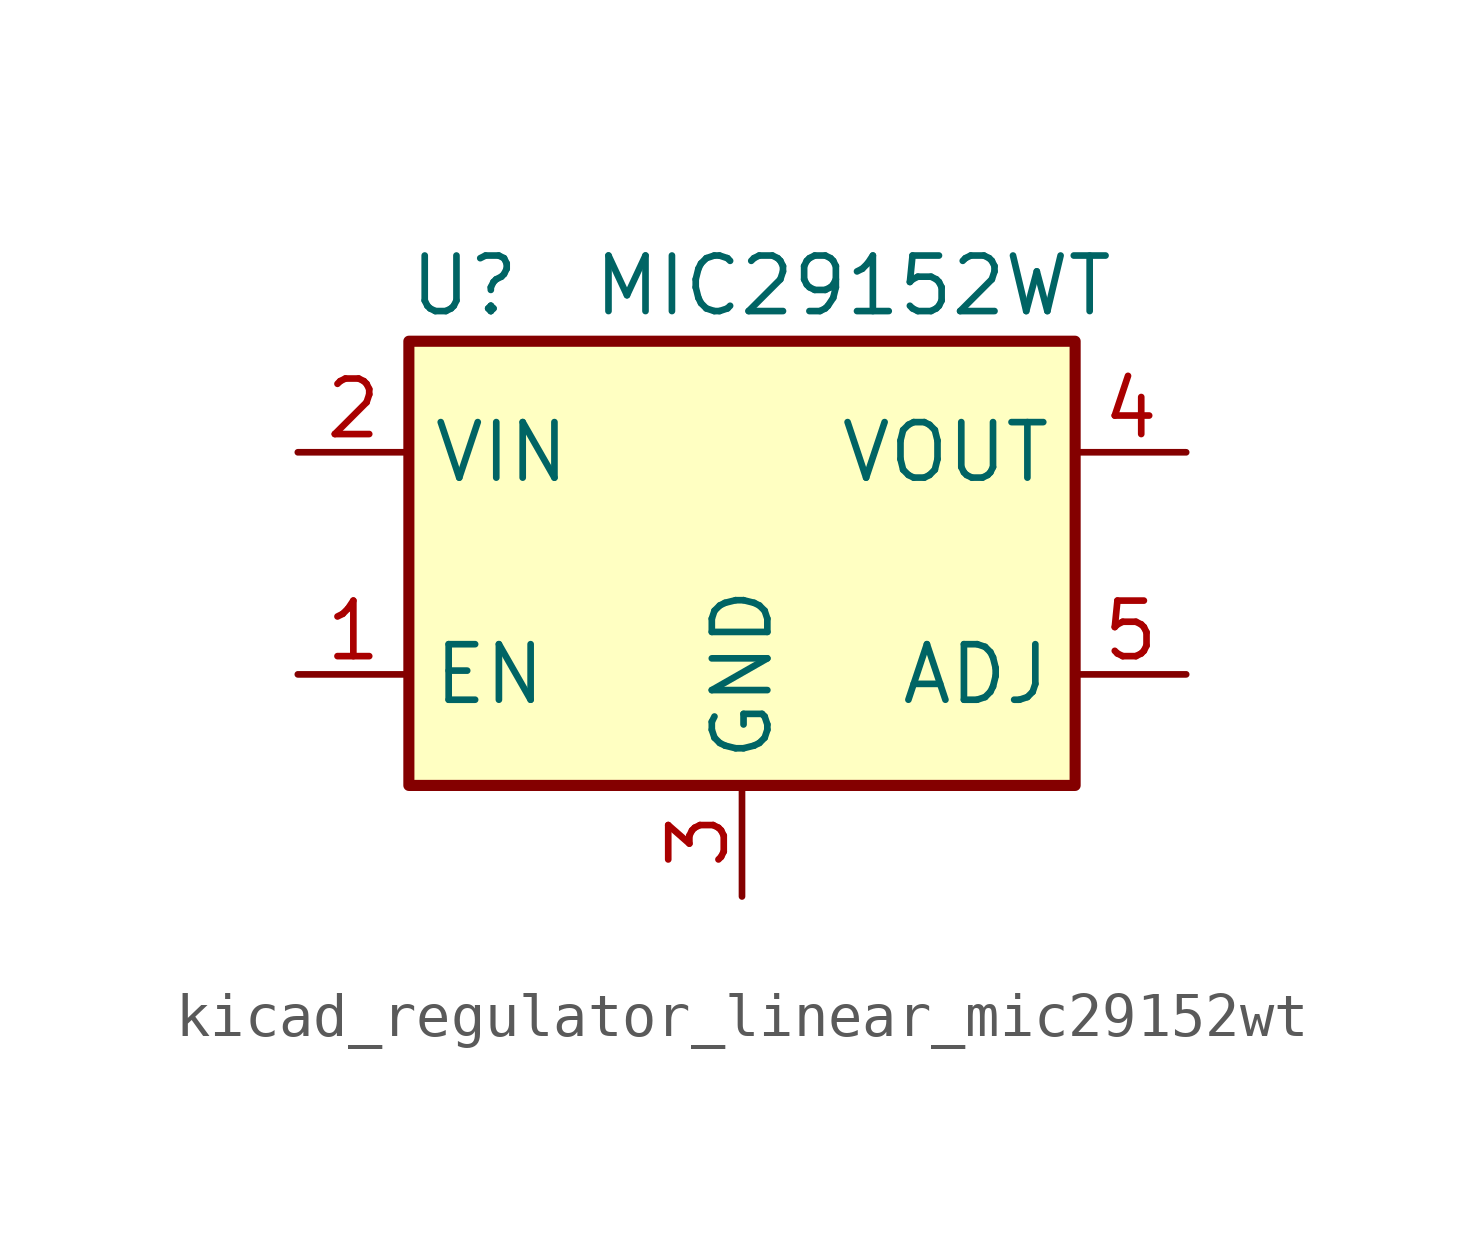
<source format=kicad_sym>
(kicad_symbol_lib
  (version 20220914)
  (generator kicad_symbol_editor)
  (symbol "kicad_regulator_linear_mic29152wt"
    (property "Reference" "U"
      (at -6.35 6.35 0)
      (effects (font (size 1.27 1.27))))
    (property "Value" "MIC29152WT"
      (at 2.54 6.35 0)
      (effects (font (size 1.27 1.27))))
    (symbol "kicad_regulator_linear_mic29152wt_1_1"
      (rectangle (start -7.62 5.08) (end 7.62 -5.08) (stroke (width 0.254) (type default)) (fill (type background)))
      (pin input line (at -10.16 -2.54 0) (length 2.54) (name "EN" (effects (font (size 1.27 1.27)))) (number "1" (effects (font (size 1.27 1.27)))))
      (pin power_in line (at -10.16 2.54 0) (length 2.54) (name "VIN" (effects (font (size 1.27 1.27)))) (number "2" (effects (font (size 1.27 1.27)))))
      (pin power_in line (at 0 -7.62 90) (length 2.54) (name "GND" (effects (font (size 1.27 1.27)))) (number "3" (effects (font (size 1.27 1.27)))))
      (pin power_out line (at 10.16 2.54 180) (length 2.54) (name "VOUT" (effects (font (size 1.27 1.27)))) (number "4" (effects (font (size 1.27 1.27)))))
      (pin input line (at 10.16 -2.54 180) (length 2.54) (name "ADJ" (effects (font (size 1.27 1.27)))) (number "5" (effects (font (size 1.27 1.27))))))))
</source>
